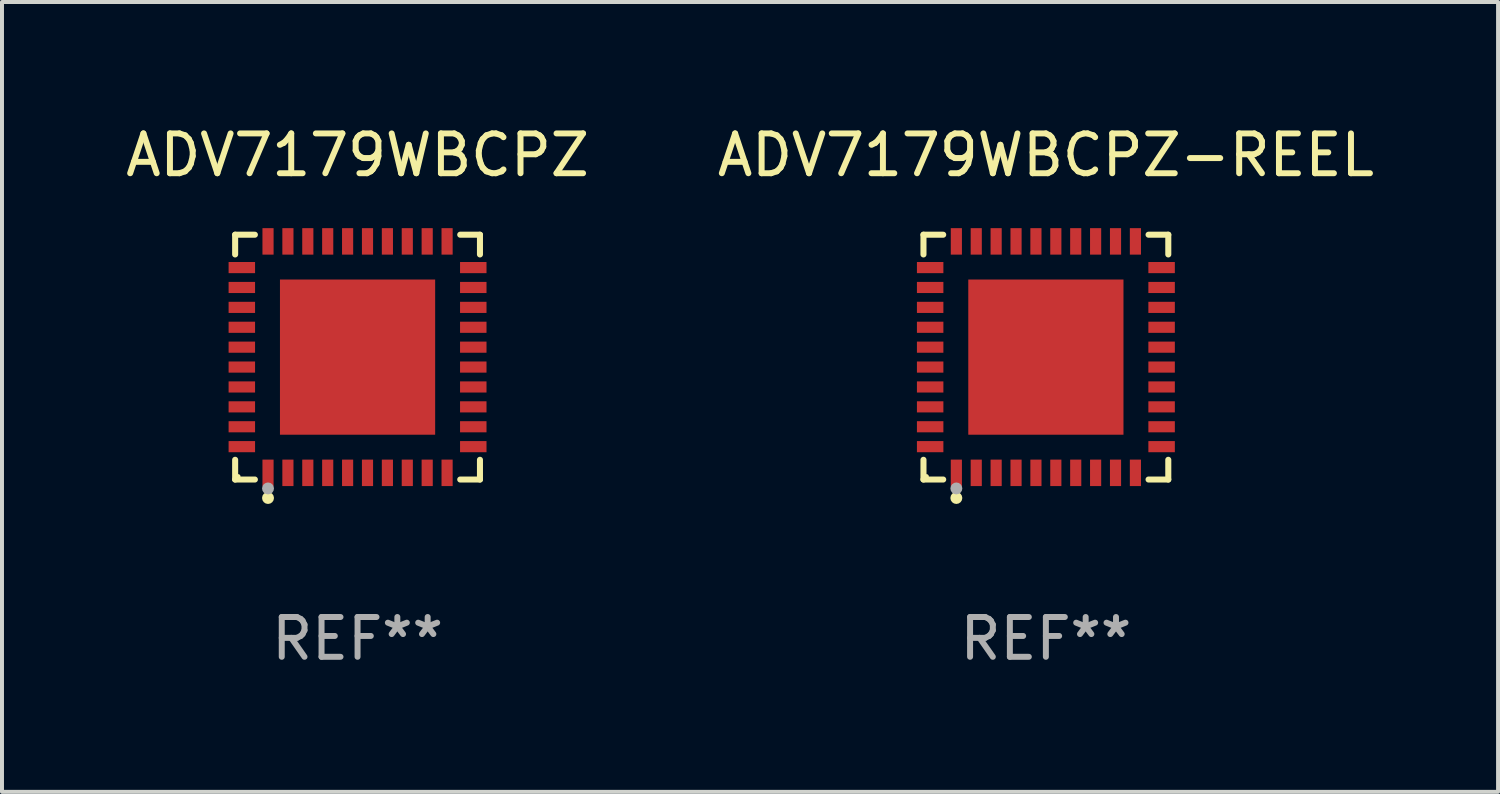
<source format=kicad_pcb>
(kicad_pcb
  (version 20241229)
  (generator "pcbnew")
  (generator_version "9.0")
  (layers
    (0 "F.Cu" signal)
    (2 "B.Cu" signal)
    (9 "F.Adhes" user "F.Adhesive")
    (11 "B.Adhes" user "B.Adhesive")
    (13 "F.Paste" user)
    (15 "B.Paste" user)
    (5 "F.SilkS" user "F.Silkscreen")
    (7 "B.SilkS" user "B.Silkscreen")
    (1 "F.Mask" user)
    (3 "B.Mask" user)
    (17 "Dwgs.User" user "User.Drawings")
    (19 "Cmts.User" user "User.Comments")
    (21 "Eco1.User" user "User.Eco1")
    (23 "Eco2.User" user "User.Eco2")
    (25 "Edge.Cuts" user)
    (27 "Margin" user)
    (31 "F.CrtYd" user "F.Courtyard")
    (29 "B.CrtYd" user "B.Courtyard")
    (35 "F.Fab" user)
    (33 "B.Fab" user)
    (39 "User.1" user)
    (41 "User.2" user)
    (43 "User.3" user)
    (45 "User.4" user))
  (footprint "ADV7179WBCPZ-REEL"
    (layer "F.Cu")
    (at 23.232 5.924)
    (property "Reference" "ADV7179WBCPZ-REEL" (at 0 -5.076 0) (layer "F.SilkS") (effects (font (size 1 1) (thickness 0.15))))
    (attr through_hole)
    (fp_line (start -3.076 -3.076) (end -2.58 -3.076) (stroke (width 0.152) (type solid)) (layer "F.SilkS"))
    (fp_line (start -3.076 -2.58) (end -3.076 -3.076) (stroke (width 0.152) (type solid)) (layer "F.SilkS"))
    (fp_line (start -3.076 2.58) (end -3.076 3.076) (stroke (width 0.152) (type solid)) (layer "F.SilkS"))
    (fp_line (start -3.076 3.076) (end -2.58 3.076) (stroke (width 0.152) (type solid)) (layer "F.SilkS"))
    (fp_line (start 3.076 -3.076) (end 2.58 -3.076) (stroke (width 0.152) (type solid)) (layer "F.SilkS"))
    (fp_line (start 3.076 -2.58) (end 3.076 -3.076) (stroke (width 0.152) (type solid)) (layer "F.SilkS"))
    (fp_line (start 3.076 2.58) (end 3.076 3.076) (stroke (width 0.152) (type solid)) (layer "F.SilkS"))
    (fp_line (start 3.076 3.076) (end 2.58 3.076) (stroke (width 0.152) (type solid)) (layer "F.SilkS"))
    (fp_circle (center -3 3) (end -2.97 3) (stroke (width 0.06) (type solid)) (fill no) (layer "F.SilkS"))
    (fp_circle (center -2.25 3.54) (end -2.175 3.54) (stroke (width 0.15) (type solid)) (fill no) (layer "F.SilkS"))
    (fp_circle (center -2.25 3.3) (end -2.175 3.3) (stroke (width 0.15) (type solid)) (fill no) (layer "F.Fab"))
    (fp_text user "REF**" (at 0 7.076 0) (layer "F.Fab") (effects (font (size 1 1) (thickness 0.15))))
    (pad "1" smd rect (at -2.25 2.908) (size 0.28 0.665) (layers "F.Cu" "F.Mask" "F.Paste"))
    (pad "2" smd rect (at -1.75 2.908) (size 0.28 0.665) (layers "F.Cu" "F.Mask" "F.Paste"))
    (pad "3" smd rect (at -1.25 2.908) (size 0.28 0.665) (layers "F.Cu" "F.Mask" "F.Paste"))
    (pad "4" smd rect (at -0.75 2.908) (size 0.28 0.665) (layers "F.Cu" "F.Mask" "F.Paste"))
    (pad "5" smd rect (at -0.25 2.908) (size 0.28 0.665) (layers "F.Cu" "F.Mask" "F.Paste"))
    (pad "6" smd rect (at 0.25 2.908) (size 0.28 0.665) (layers "F.Cu" "F.Mask" "F.Paste"))
    (pad "7" smd rect (at 0.75 2.908) (size 0.28 0.665) (layers "F.Cu" "F.Mask" "F.Paste"))
    (pad "8" smd rect (at 1.25 2.908) (size 0.28 0.665) (layers "F.Cu" "F.Mask" "F.Paste"))
    (pad "9" smd rect (at 1.75 2.908) (size 0.28 0.665) (layers "F.Cu" "F.Mask" "F.Paste"))
    (pad "10" smd rect (at 2.25 2.908) (size 0.28 0.665) (layers "F.Cu" "F.Mask" "F.Paste"))
    (pad "11" smd rect (at 2.908 2.25) (size 0.665 0.28) (layers "F.Cu" "F.Mask" "F.Paste"))
    (pad "12" smd rect (at 2.908 1.75) (size 0.665 0.28) (layers "F.Cu" "F.Mask" "F.Paste"))
    (pad "13" smd rect (at 2.908 1.25) (size 0.665 0.28) (layers "F.Cu" "F.Mask" "F.Paste"))
    (pad "14" smd rect (at 2.908 0.75) (size 0.665 0.28) (layers "F.Cu" "F.Mask" "F.Paste"))
    (pad "15" smd rect (at 2.908 0.25) (size 0.665 0.28) (layers "F.Cu" "F.Mask" "F.Paste"))
    (pad "16" smd rect (at 2.908 -0.25) (size 0.665 0.28) (layers "F.Cu" "F.Mask" "F.Paste"))
    (pad "17" smd rect (at 2.908 -0.75) (size 0.665 0.28) (layers "F.Cu" "F.Mask" "F.Paste"))
    (pad "18" smd rect (at 2.908 -1.25) (size 0.665 0.28) (layers "F.Cu" "F.Mask" "F.Paste"))
    (pad "19" smd rect (at 2.908 -1.75) (size 0.665 0.28) (layers "F.Cu" "F.Mask" "F.Paste"))
    (pad "20" smd rect (at 2.908 -2.25) (size 0.665 0.28) (layers "F.Cu" "F.Mask" "F.Paste"))
    (pad "21" smd rect (at 2.25 -2.908) (size 0.28 0.665) (layers "F.Cu" "F.Mask" "F.Paste"))
    (pad "22" smd rect (at 1.75 -2.908) (size 0.28 0.665) (layers "F.Cu" "F.Mask" "F.Paste"))
    (pad "23" smd rect (at 1.25 -2.908) (size 0.28 0.665) (layers "F.Cu" "F.Mask" "F.Paste"))
    (pad "24" smd rect (at 0.75 -2.908) (size 0.28 0.665) (layers "F.Cu" "F.Mask" "F.Paste"))
    (pad "25" smd rect (at 0.25 -2.908) (size 0.28 0.665) (layers "F.Cu" "F.Mask" "F.Paste"))
    (pad "26" smd rect (at -0.25 -2.908) (size 0.28 0.665) (layers "F.Cu" "F.Mask" "F.Paste"))
    (pad "27" smd rect (at -0.75 -2.908) (size 0.28 0.665) (layers "F.Cu" "F.Mask" "F.Paste"))
    (pad "28" smd rect (at -1.25 -2.908) (size 0.28 0.665) (layers "F.Cu" "F.Mask" "F.Paste"))
    (pad "29" smd rect (at -1.75 -2.908) (size 0.28 0.665) (layers "F.Cu" "F.Mask" "F.Paste"))
    (pad "30" smd rect (at -2.25 -2.908) (size 0.28 0.665) (layers "F.Cu" "F.Mask" "F.Paste"))
    (pad "31" smd rect (at -2.908 -2.25) (size 0.665 0.28) (layers "F.Cu" "F.Mask" "F.Paste"))
    (pad "32" smd rect (at -2.908 -1.75) (size 0.665 0.28) (layers "F.Cu" "F.Mask" "F.Paste"))
    (pad "33" smd rect (at -2.908 -1.25) (size 0.665 0.28) (layers "F.Cu" "F.Mask" "F.Paste"))
    (pad "34" smd rect (at -2.908 -0.75) (size 0.665 0.28) (layers "F.Cu" "F.Mask" "F.Paste"))
    (pad "35" smd rect (at -2.908 -0.25) (size 0.665 0.28) (layers "F.Cu" "F.Mask" "F.Paste"))
    (pad "36" smd rect (at -2.908 0.25) (size 0.665 0.28) (layers "F.Cu" "F.Mask" "F.Paste"))
    (pad "37" smd rect (at -2.908 0.75) (size 0.665 0.28) (layers "F.Cu" "F.Mask" "F.Paste"))
    (pad "38" smd rect (at -2.908 1.25) (size 0.665 0.28) (layers "F.Cu" "F.Mask" "F.Paste"))
    (pad "39" smd rect (at -2.908 1.75) (size 0.665 0.28) (layers "F.Cu" "F.Mask" "F.Paste"))
    (pad "40" smd rect (at -2.908 2.25) (size 0.665 0.28) (layers "F.Cu" "F.Mask" "F.Paste"))
    (pad "41" smd rect (at 0 0) (size 3.9 3.9) (layers "F.Cu" "F.Mask" "F.Paste")))
  (footprint "ADV7179WBCPZ"
    (layer "F.Cu")
    (at 5.935 5.924)
    (property "Reference" "ADV7179WBCPZ" (at 0 -5.076 0) (layer "F.SilkS") (effects (font (size 1 1) (thickness 0.15))))
    (attr through_hole)
    (fp_line (start -3.076 -3.076) (end -2.58 -3.076) (stroke (width 0.152) (type solid)) (layer "F.SilkS"))
    (fp_line (start -3.076 -2.58) (end -3.076 -3.076) (stroke (width 0.152) (type solid)) (layer "F.SilkS"))
    (fp_line (start -3.076 2.58) (end -3.076 3.076) (stroke (width 0.152) (type solid)) (layer "F.SilkS"))
    (fp_line (start -3.076 3.076) (end -2.58 3.076) (stroke (width 0.152) (type solid)) (layer "F.SilkS"))
    (fp_line (start 3.076 -3.076) (end 2.58 -3.076) (stroke (width 0.152) (type solid)) (layer "F.SilkS"))
    (fp_line (start 3.076 -2.58) (end 3.076 -3.076) (stroke (width 0.152) (type solid)) (layer "F.SilkS"))
    (fp_line (start 3.076 2.58) (end 3.076 3.076) (stroke (width 0.152) (type solid)) (layer "F.SilkS"))
    (fp_line (start 3.076 3.076) (end 2.58 3.076) (stroke (width 0.152) (type solid)) (layer "F.SilkS"))
    (fp_circle (center -3 3) (end -2.97 3) (stroke (width 0.06) (type solid)) (fill no) (layer "F.SilkS"))
    (fp_circle (center -2.25 3.54) (end -2.175 3.54) (stroke (width 0.15) (type solid)) (fill no) (layer "F.SilkS"))
    (fp_circle (center -2.25 3.3) (end -2.175 3.3) (stroke (width 0.15) (type solid)) (fill no) (layer "F.Fab"))
    (fp_text user "REF**" (at 0 7.076 0) (layer "F.Fab") (effects (font (size 1 1) (thickness 0.15))))
    (pad "1" smd rect (at -2.25 2.908) (size 0.28 0.665) (layers "F.Cu" "F.Mask" "F.Paste"))
    (pad "2" smd rect (at -1.75 2.908) (size 0.28 0.665) (layers "F.Cu" "F.Mask" "F.Paste"))
    (pad "3" smd rect (at -1.25 2.908) (size 0.28 0.665) (layers "F.Cu" "F.Mask" "F.Paste"))
    (pad "4" smd rect (at -0.75 2.908) (size 0.28 0.665) (layers "F.Cu" "F.Mask" "F.Paste"))
    (pad "5" smd rect (at -0.25 2.908) (size 0.28 0.665) (layers "F.Cu" "F.Mask" "F.Paste"))
    (pad "6" smd rect (at 0.25 2.908) (size 0.28 0.665) (layers "F.Cu" "F.Mask" "F.Paste"))
    (pad "7" smd rect (at 0.75 2.908) (size 0.28 0.665) (layers "F.Cu" "F.Mask" "F.Paste"))
    (pad "8" smd rect (at 1.25 2.908) (size 0.28 0.665) (layers "F.Cu" "F.Mask" "F.Paste"))
    (pad "9" smd rect (at 1.75 2.908) (size 0.28 0.665) (layers "F.Cu" "F.Mask" "F.Paste"))
    (pad "10" smd rect (at 2.25 2.908) (size 0.28 0.665) (layers "F.Cu" "F.Mask" "F.Paste"))
    (pad "11" smd rect (at 2.908 2.25) (size 0.665 0.28) (layers "F.Cu" "F.Mask" "F.Paste"))
    (pad "12" smd rect (at 2.908 1.75) (size 0.665 0.28) (layers "F.Cu" "F.Mask" "F.Paste"))
    (pad "13" smd rect (at 2.908 1.25) (size 0.665 0.28) (layers "F.Cu" "F.Mask" "F.Paste"))
    (pad "14" smd rect (at 2.908 0.75) (size 0.665 0.28) (layers "F.Cu" "F.Mask" "F.Paste"))
    (pad "15" smd rect (at 2.908 0.25) (size 0.665 0.28) (layers "F.Cu" "F.Mask" "F.Paste"))
    (pad "16" smd rect (at 2.908 -0.25) (size 0.665 0.28) (layers "F.Cu" "F.Mask" "F.Paste"))
    (pad "17" smd rect (at 2.908 -0.75) (size 0.665 0.28) (layers "F.Cu" "F.Mask" "F.Paste"))
    (pad "18" smd rect (at 2.908 -1.25) (size 0.665 0.28) (layers "F.Cu" "F.Mask" "F.Paste"))
    (pad "19" smd rect (at 2.908 -1.75) (size 0.665 0.28) (layers "F.Cu" "F.Mask" "F.Paste"))
    (pad "20" smd rect (at 2.908 -2.25) (size 0.665 0.28) (layers "F.Cu" "F.Mask" "F.Paste"))
    (pad "21" smd rect (at 2.25 -2.908) (size 0.28 0.665) (layers "F.Cu" "F.Mask" "F.Paste"))
    (pad "22" smd rect (at 1.75 -2.908) (size 0.28 0.665) (layers "F.Cu" "F.Mask" "F.Paste"))
    (pad "23" smd rect (at 1.25 -2.908) (size 0.28 0.665) (layers "F.Cu" "F.Mask" "F.Paste"))
    (pad "24" smd rect (at 0.75 -2.908) (size 0.28 0.665) (layers "F.Cu" "F.Mask" "F.Paste"))
    (pad "25" smd rect (at 0.25 -2.908) (size 0.28 0.665) (layers "F.Cu" "F.Mask" "F.Paste"))
    (pad "26" smd rect (at -0.25 -2.908) (size 0.28 0.665) (layers "F.Cu" "F.Mask" "F.Paste"))
    (pad "27" smd rect (at -0.75 -2.908) (size 0.28 0.665) (layers "F.Cu" "F.Mask" "F.Paste"))
    (pad "28" smd rect (at -1.25 -2.908) (size 0.28 0.665) (layers "F.Cu" "F.Mask" "F.Paste"))
    (pad "29" smd rect (at -1.75 -2.908) (size 0.28 0.665) (layers "F.Cu" "F.Mask" "F.Paste"))
    (pad "30" smd rect (at -2.25 -2.908) (size 0.28 0.665) (layers "F.Cu" "F.Mask" "F.Paste"))
    (pad "31" smd rect (at -2.908 -2.25) (size 0.665 0.28) (layers "F.Cu" "F.Mask" "F.Paste"))
    (pad "32" smd rect (at -2.908 -1.75) (size 0.665 0.28) (layers "F.Cu" "F.Mask" "F.Paste"))
    (pad "33" smd rect (at -2.908 -1.25) (size 0.665 0.28) (layers "F.Cu" "F.Mask" "F.Paste"))
    (pad "34" smd rect (at -2.908 -0.75) (size 0.665 0.28) (layers "F.Cu" "F.Mask" "F.Paste"))
    (pad "35" smd rect (at -2.908 -0.25) (size 0.665 0.28) (layers "F.Cu" "F.Mask" "F.Paste"))
    (pad "36" smd rect (at -2.908 0.25) (size 0.665 0.28) (layers "F.Cu" "F.Mask" "F.Paste"))
    (pad "37" smd rect (at -2.908 0.75) (size 0.665 0.28) (layers "F.Cu" "F.Mask" "F.Paste"))
    (pad "38" smd rect (at -2.908 1.25) (size 0.665 0.28) (layers "F.Cu" "F.Mask" "F.Paste"))
    (pad "39" smd rect (at -2.908 1.75) (size 0.665 0.28) (layers "F.Cu" "F.Mask" "F.Paste"))
    (pad "40" smd rect (at -2.908 2.25) (size 0.665 0.28) (layers "F.Cu" "F.Mask" "F.Paste"))
    (pad "41" smd rect (at 0 0) (size 3.9 3.9) (layers "F.Cu" "F.Mask" "F.Paste")))
  (gr_rect
    (start -3 -3)
    (end 34.595 16.849)
    (stroke (width 0.1) (type default))
    (fill no)
    (layer "Edge.Cuts")))
</source>
